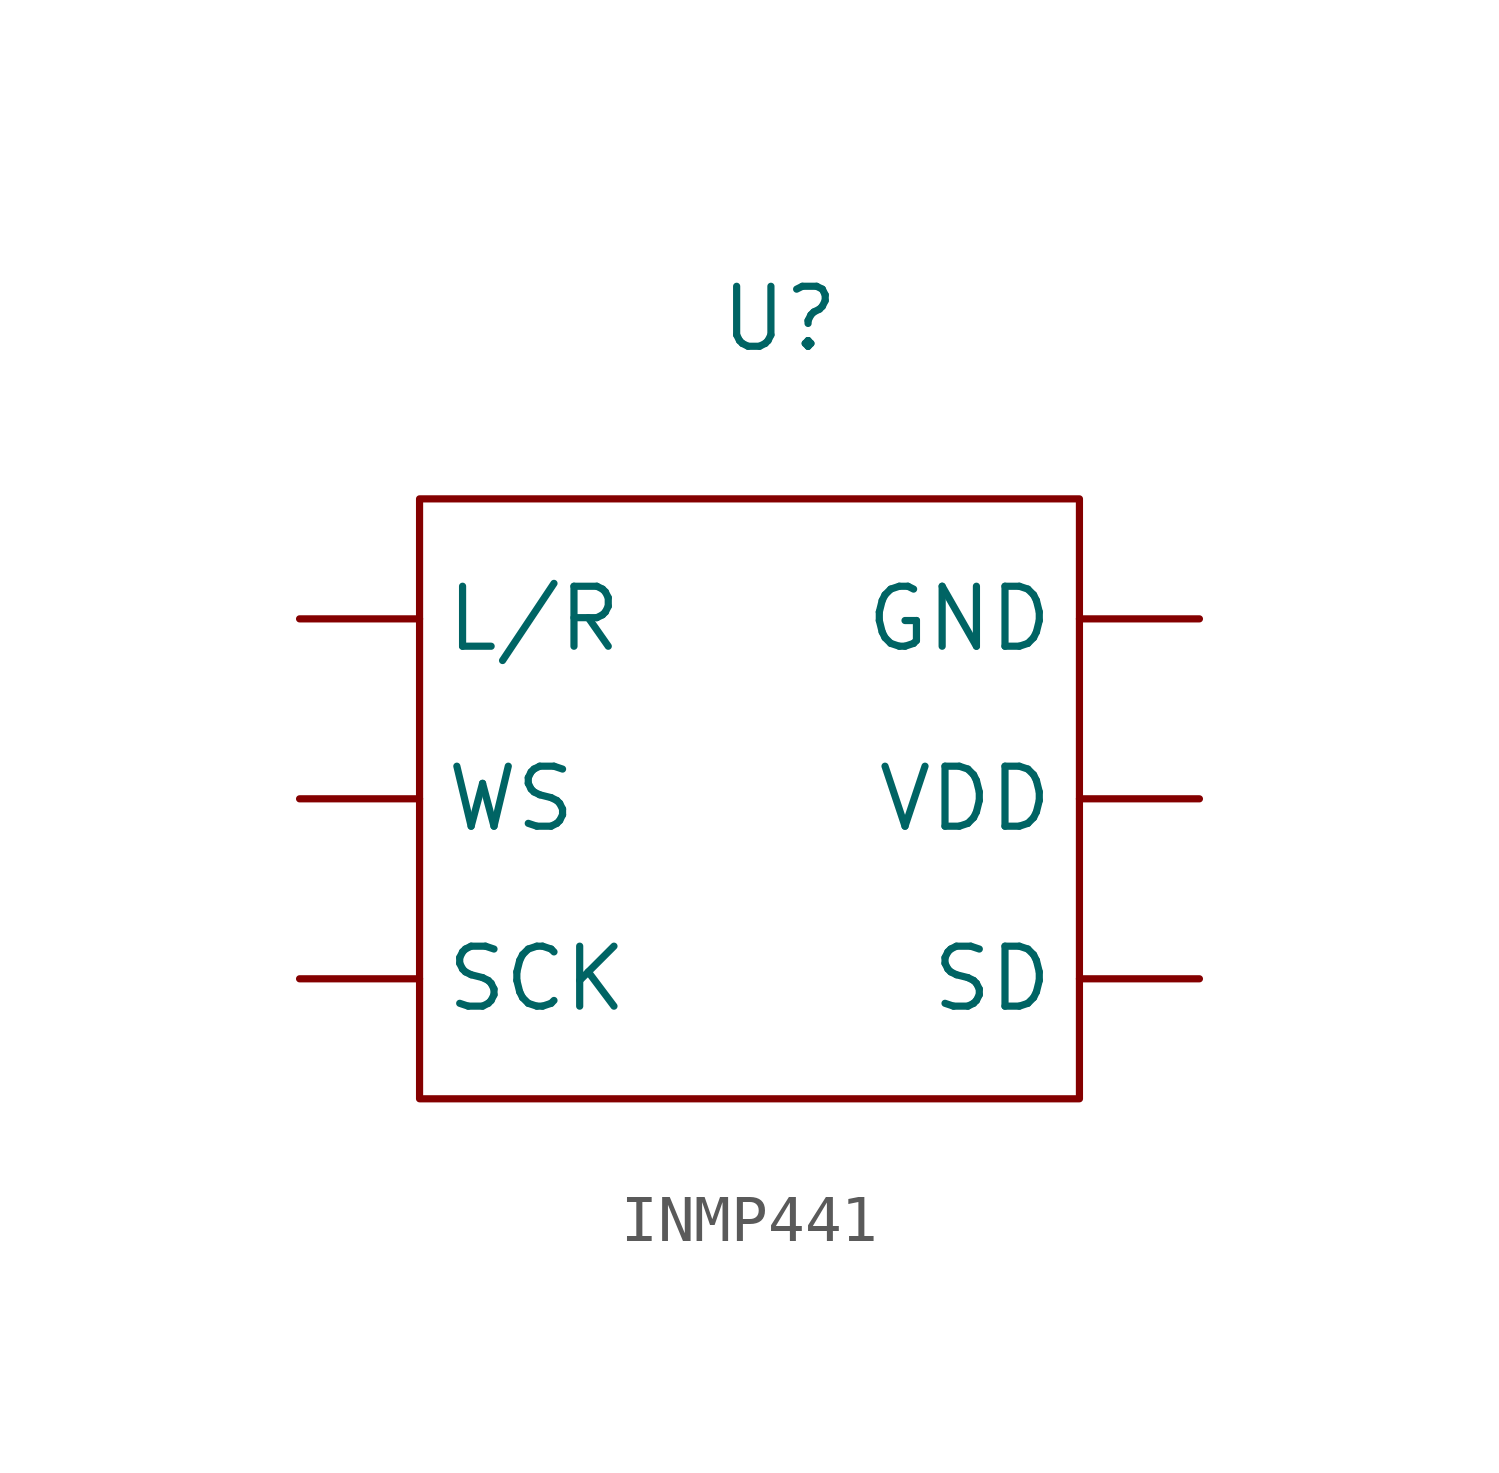
<source format=kicad_sym>
(kicad_symbol_lib
  (version 20231120)
  (generator "kicad_symbol_editor")
  (generator_version "8.0")
  (symbol "INMP441"
    (property "Reference" "U"
      (at 0 0 0)
      (effects (font (size 1.27 1.27))))
    (property "Value" ""
      (at 0 0 0)
      (effects (font (size 1.27 1.27))))
    (symbol "INMP441_0_1"
      (rectangle (start -7.62 -3.81) (end 6.35 -16.51) (stroke (width 0) (type default)) (fill (type none))))
    (symbol "INMP441_1_1"
      (pin input line (at 8.89 -6.35 180) (length 2.54) (name "GND" (effects (font (size 1.27 1.27)))) (number "" (effects (font (size 1.27 1.27)))))
      (pin input line (at -10.16 -6.35 0) (length 2.54) (name "L/R" (effects (font (size 1.27 1.27)))) (number "" (effects (font (size 1.27 1.27)))))
      (pin input line (at -10.16 -13.97 0) (length 2.54) (name "SCK" (effects (font (size 1.27 1.27)))) (number "" (effects (font (size 1.27 1.27)))))
      (pin input line (at 8.89 -13.97 180) (length 2.54) (name "SD" (effects (font (size 1.27 1.27)))) (number "" (effects (font (size 1.27 1.27)))))
      (pin input line (at 8.89 -10.16 180) (length 2.54) (name "VDD" (effects (font (size 1.27 1.27)))) (number "" (effects (font (size 1.27 1.27)))))
      (pin input line (at -10.16 -10.16 0) (length 2.54) (name "WS" (effects (font (size 1.27 1.27)))) (number "" (effects (font (size 1.27 1.27))))))))
</source>
